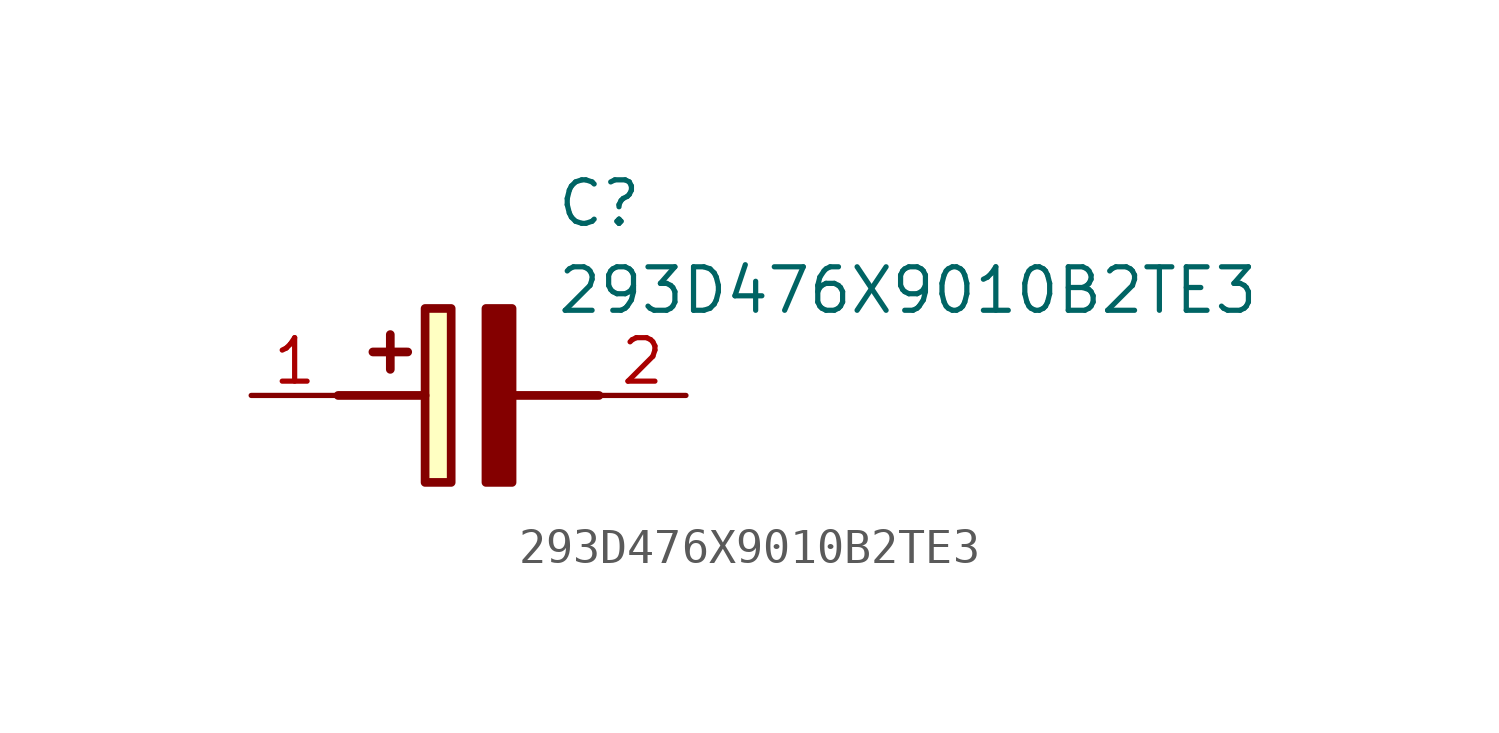
<source format=kicad_sym>
(kicad_symbol_lib
  (version 20211014)
  (generator SamacSys_ECAD_Model)
  (symbol "293D476X9010B2TE3"
    (pin_names hide)
    (property "Reference" "C"
      (at 8.89 6.35 0)
      (effects (font (size 1.27 1.27)) (justify left top)))
    (property "Value" "293D476X9010B2TE3"
      (at 8.89 3.81 0)
      (effects (font (size 1.27 1.27)) (justify left top)))
    (rectangle
      (start 5.08 2.54)
      (end 5.842 -2.54)
      (stroke (width 0.254) (type default))
      (fill (type background)))
    (polyline
      (pts (xy 4.572 1.27) (xy 3.556 1.27))
      (stroke (width 0.254) (type default))
      (fill (type none)))
    (polyline
      (pts (xy 4.064 1.778) (xy 4.064 0.762))
      (stroke (width 0.254) (type default))
      (fill (type none)))
    (polyline
      (pts (xy 2.54 0) (xy 5.08 0))
      (stroke (width 0.254) (type default))
      (fill (type none)))
    (polyline
      (pts (xy 7.62 0) (xy 10.16 0))
      (stroke (width 0.254) (type default))
      (fill (type none)))
    (polyline
      (pts (xy 7.62 2.54) (xy 7.62 -2.54) (xy 6.858 -2.54) (xy 6.858 2.54) (xy 7.62 2.54))
      (stroke (width 0.254) (type default))
      (fill (type outline)))
    (pin passive line
      (at 0 0 0)
      (length 2.54)
      (name "+" (effects (font (size 1.27 1.27))))
      (number "1" (effects (font (size 1.27 1.27)))))
    (pin passive line
      (at 12.7 0 180)
      (length 2.54)
      (name "-" (effects (font (size 1.27 1.27))))
      (number "2" (effects (font (size 1.27 1.27)))))))
</source>
